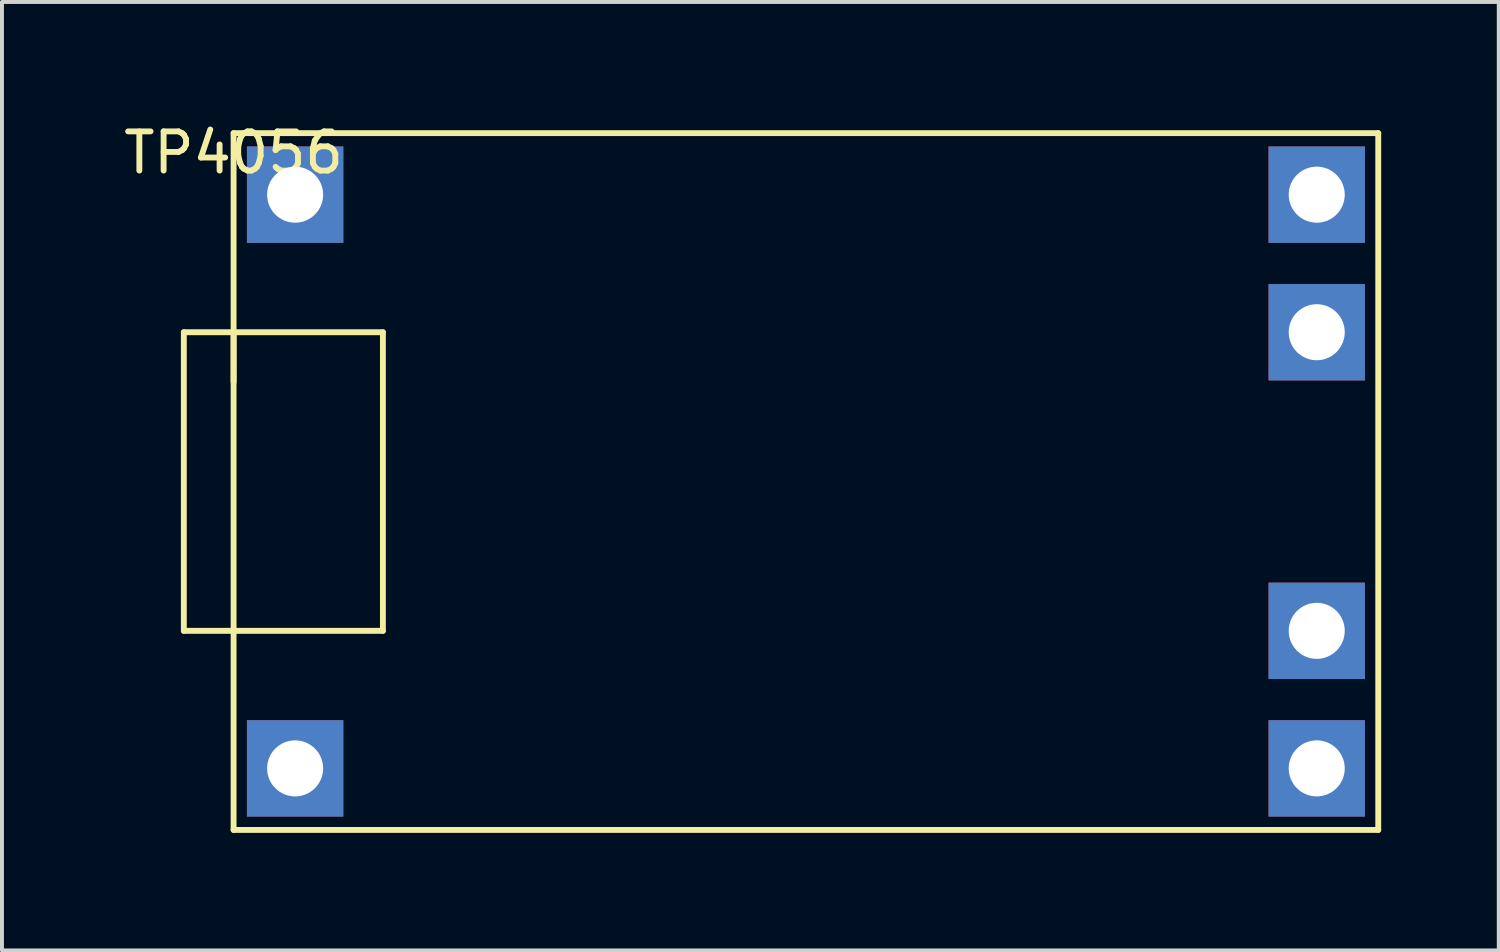
<source format=kicad_pcb>
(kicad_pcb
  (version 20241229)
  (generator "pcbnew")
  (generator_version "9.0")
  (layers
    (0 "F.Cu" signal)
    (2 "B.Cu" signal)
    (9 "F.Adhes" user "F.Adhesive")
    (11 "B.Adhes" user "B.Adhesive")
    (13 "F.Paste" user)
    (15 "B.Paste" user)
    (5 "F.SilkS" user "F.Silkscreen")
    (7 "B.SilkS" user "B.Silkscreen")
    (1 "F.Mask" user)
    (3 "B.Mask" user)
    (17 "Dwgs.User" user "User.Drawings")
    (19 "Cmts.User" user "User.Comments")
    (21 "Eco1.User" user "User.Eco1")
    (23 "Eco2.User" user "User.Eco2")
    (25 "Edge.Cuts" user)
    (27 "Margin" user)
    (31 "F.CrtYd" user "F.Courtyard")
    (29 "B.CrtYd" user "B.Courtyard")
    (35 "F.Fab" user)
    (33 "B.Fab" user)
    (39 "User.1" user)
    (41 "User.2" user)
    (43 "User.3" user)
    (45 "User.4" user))
  (footprint "TP4056"
    (layer "F.Cu")
    (at 2.911 0.348)
    (property "Reference" "TP4056" (at 0 0.5 0) (layer "F.SilkS") (effects (font (size 1 1) (thickness 0.15))))
    (attr through_hole)
    (fp_line (start -1.27 5.08) (end -1.27 12.7) (stroke (width 0.15) (type solid)) (layer "F.SilkS"))
    (fp_line (start -1.27 12.7) (end 3.81 12.7) (stroke (width 0.15) (type solid)) (layer "F.SilkS"))
    (fp_line (start 0 0) (end 29.21 0) (stroke (width 0.15) (type solid)) (layer "F.SilkS"))
    (fp_line (start 0 5.08) (end -1.27 5.08) (stroke (width 0.15) (type solid)) (layer "F.SilkS"))
    (fp_line (start 0 6.35) (end 0 5.08) (stroke (width 0.15) (type solid)) (layer "F.SilkS"))
    (fp_line (start 0 17.78) (end 0 0) (stroke (width 0.15) (type solid)) (layer "F.SilkS"))
    (fp_line (start 3.81 5.08) (end 0 5.08) (stroke (width 0.15) (type solid)) (layer "F.SilkS"))
    (fp_line (start 3.81 12.7) (end 3.81 5.08) (stroke (width 0.15) (type solid)) (layer "F.SilkS"))
    (fp_line (start 29.21 0) (end 29.21 17.78) (stroke (width 0.15) (type solid)) (layer "F.SilkS"))
    (fp_line (start 29.21 17.78) (end 0 17.78) (stroke (width 0.15) (type solid)) (layer "F.SilkS"))
    (pad "1" thru_hole rect (at 27.64 1.57) (size 2.46 2.46) (drill 1.43) (layers "*.Cu" "*.Mask"))
    (pad "2" thru_hole rect (at 27.64 5.08) (size 2.46 2.46) (drill 1.43) (layers "*.Cu" "*.Mask"))
    (pad "3" thru_hole rect (at 27.64 12.7) (size 2.46 2.46) (drill 1.43) (layers "*.Cu" "*.Mask"))
    (pad "4" thru_hole rect (at 27.64 16.21) (size 2.46 2.46) (drill 1.43) (layers "*.Cu" "*.Mask"))
    (pad "5" thru_hole rect (at 1.57 16.21) (size 2.46 2.46) (drill 1.43) (layers "*.Cu" "*.Mask"))
    (pad "6" thru_hole rect (at 1.57 1.57) (size 2.46 2.46) (drill 1.43) (layers "*.Cu" "*.Mask")))
  (gr_rect
    (start -3 -3)
    (end 35.196 21.203)
    (stroke (width 0.1) (type default))
    (fill no)
    (layer "Edge.Cuts")))
</source>
